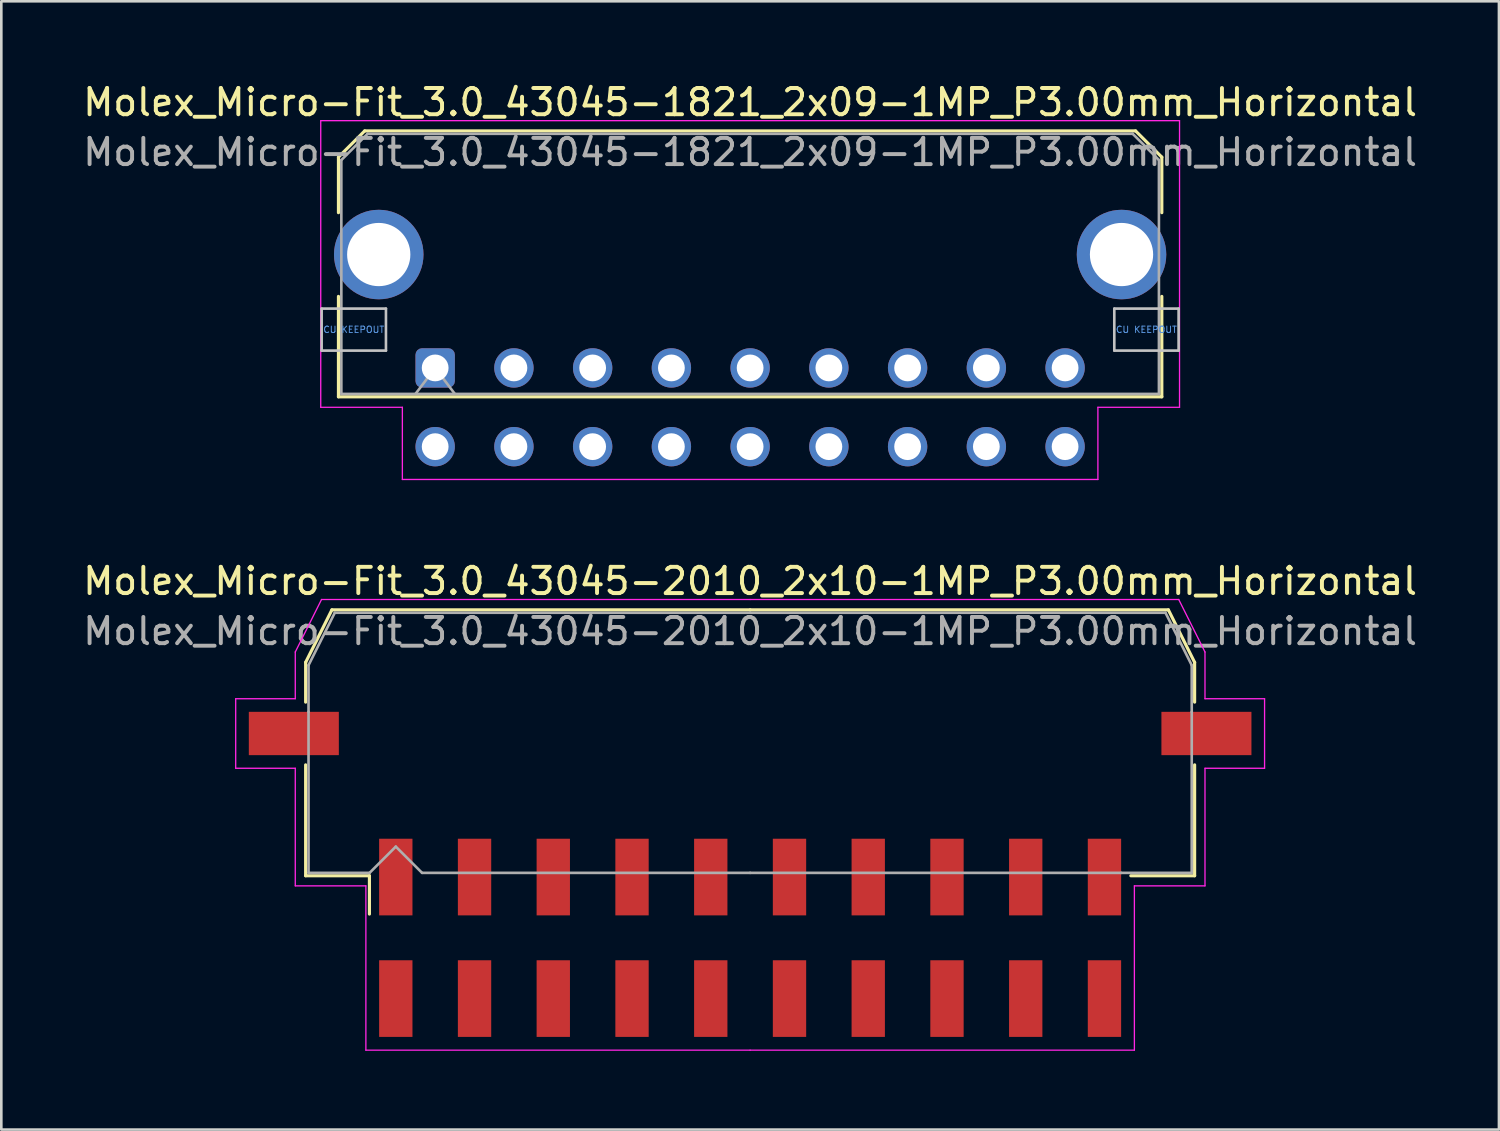
<source format=kicad_pcb>
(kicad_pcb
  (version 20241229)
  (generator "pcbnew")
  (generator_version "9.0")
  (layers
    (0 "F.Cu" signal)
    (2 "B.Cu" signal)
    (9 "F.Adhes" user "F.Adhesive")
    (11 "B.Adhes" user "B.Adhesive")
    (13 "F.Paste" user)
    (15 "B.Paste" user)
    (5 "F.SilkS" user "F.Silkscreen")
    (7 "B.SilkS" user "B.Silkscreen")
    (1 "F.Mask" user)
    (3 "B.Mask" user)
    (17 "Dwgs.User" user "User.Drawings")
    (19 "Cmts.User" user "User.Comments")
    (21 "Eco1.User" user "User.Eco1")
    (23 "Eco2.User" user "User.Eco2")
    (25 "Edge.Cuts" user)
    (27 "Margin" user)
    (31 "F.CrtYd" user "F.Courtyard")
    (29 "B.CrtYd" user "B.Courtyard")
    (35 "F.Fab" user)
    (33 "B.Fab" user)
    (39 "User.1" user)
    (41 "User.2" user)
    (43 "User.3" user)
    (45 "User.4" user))
  (footprint "Molex_Micro-Fit_3.0_43045-1821_2x09-1MP_P3.00mm_Horizontal"
    (layer "F.Cu")
    (at 13.53 10.968)
    (property "Reference" "Molex_Micro-Fit_3.0_43045-1821_2x09-1MP_P3.00mm_Horizontal" (at 12 -10.12 0) (layer "F.SilkS") (effects (font (size 1 1) (thickness 0.15))))
    (attr through_hole)
    (fp_line (start -3.685 -8.03) (end -2.685 -9.03) (stroke (width 0.12) (type solid)) (layer "F.SilkS"))
    (fp_line (start -3.685 -5.915) (end -3.685 -8.03) (stroke (width 0.12) (type solid)) (layer "F.SilkS"))
    (fp_line (start -3.685 -2.725) (end -3.685 1.1) (stroke (width 0.12) (type solid)) (layer "F.SilkS"))
    (fp_line (start -3.685 1.1) (end 27.685 1.1) (stroke (width 0.12) (type solid)) (layer "F.SilkS"))
    (fp_line (start -2.685 -9.03) (end 26.685 -9.03) (stroke (width 0.12) (type solid)) (layer "F.SilkS"))
    (fp_line (start 26.685 -9.03) (end 27.685 -8.03) (stroke (width 0.12) (type solid)) (layer "F.SilkS"))
    (fp_line (start 27.685 -8.03) (end 27.685 -5.915) (stroke (width 0.12) (type solid)) (layer "F.SilkS"))
    (fp_line (start 27.685 1.1) (end 27.685 -2.725) (stroke (width 0.12) (type solid)) (layer "F.SilkS"))
    (fp_line (start -4.325 -2.26) (end -4.325 -0.66) (stroke (width 0.1) (type solid)) (layer "Dwgs.User"))
    (fp_line (start -4.325 -0.66) (end -1.875 -0.66) (stroke (width 0.1) (type solid)) (layer "Dwgs.User"))
    (fp_line (start -1.875 -2.26) (end -4.325 -2.26) (stroke (width 0.1) (type solid)) (layer "Dwgs.User"))
    (fp_line (start -1.875 -0.66) (end -1.875 -2.26) (stroke (width 0.1) (type solid)) (layer "Dwgs.User"))
    (fp_line (start 25.875 -2.26) (end 25.875 -0.66) (stroke (width 0.1) (type solid)) (layer "Dwgs.User"))
    (fp_line (start 25.875 -0.66) (end 28.325 -0.66) (stroke (width 0.1) (type solid)) (layer "Dwgs.User"))
    (fp_line (start 28.325 -2.26) (end 25.875 -2.26) (stroke (width 0.1) (type solid)) (layer "Dwgs.User"))
    (fp_line (start 28.325 -0.66) (end 28.325 -2.26) (stroke (width 0.1) (type solid)) (layer "Dwgs.User"))
    (fp_line (start -4.36 -9.42) (end 28.36 -9.42) (stroke (width 0.05) (type solid)) (layer "F.CrtYd"))
    (fp_line (start -4.36 1.5) (end -4.36 -9.42) (stroke (width 0.05) (type solid)) (layer "F.CrtYd"))
    (fp_line (start -1.25 1.5) (end -4.36 1.5) (stroke (width 0.05) (type solid)) (layer "F.CrtYd"))
    (fp_line (start -1.25 4.25) (end -1.25 1.5) (stroke (width 0.05) (type solid)) (layer "F.CrtYd"))
    (fp_line (start 25.25 1.5) (end 25.25 4.25) (stroke (width 0.05) (type solid)) (layer "F.CrtYd"))
    (fp_line (start 25.25 4.25) (end -1.25 4.25) (stroke (width 0.05) (type solid)) (layer "F.CrtYd"))
    (fp_line (start 28.36 -9.42) (end 28.36 1.5) (stroke (width 0.05) (type solid)) (layer "F.CrtYd"))
    (fp_line (start 28.36 1.5) (end 25.25 1.5) (stroke (width 0.05) (type solid)) (layer "F.CrtYd"))
    (fp_line (start -3.575 -7.92) (end -2.575 -8.92) (stroke (width 0.1) (type solid)) (layer "F.Fab"))
    (fp_line (start -3.575 0.99) (end -3.575 -7.92) (stroke (width 0.1) (type solid)) (layer "F.Fab"))
    (fp_line (start -2.575 -8.92) (end 26.575 -8.92) (stroke (width 0.1) (type solid)) (layer "F.Fab"))
    (fp_line (start -0.75 0.99) (end 0 0) (stroke (width 0.1) (type solid)) (layer "F.Fab"))
    (fp_line (start 0 0) (end 0.75 0.99) (stroke (width 0.1) (type solid)) (layer "F.Fab"))
    (fp_line (start 26.575 -8.92) (end 27.575 -7.92) (stroke (width 0.1) (type solid)) (layer "F.Fab"))
    (fp_line (start 27.575 -7.92) (end 27.575 0.99) (stroke (width 0.1) (type solid)) (layer "F.Fab"))
    (fp_line (start 27.575 0.99) (end -3.575 0.99) (stroke (width 0.1) (type solid)) (layer "F.Fab"))
    (fp_text user "CU KEEPOUT" (at -3.1 -1.46 0) (layer "Cmts.User") (effects (font (size 0.245 0.245) (thickness 0.037))))
    (fp_text user "CU KEEPOUT" (at 27.1 -1.46 0) (layer "Cmts.User") (effects (font (size 0.245 0.245) (thickness 0.037))))
    (fp_text user "${REFERENCE}" (at 12 -8.22 0) (layer "F.Fab") (effects (font (size 1 1) (thickness 0.15))))
    (pad "1" thru_hole roundrect (at 0 0) (size 1.5 1.5) (drill 1.02) (layers "*.Cu" "*.Mask") (roundrect_rratio 0.167))
    (pad "2" thru_hole circle (at 3 0) (size 1.5 1.5) (drill 1.02) (layers "*.Cu" "*.Mask"))
    (pad "3" thru_hole circle (at 6 0) (size 1.5 1.5) (drill 1.02) (layers "*.Cu" "*.Mask"))
    (pad "4" thru_hole circle (at 9 0) (size 1.5 1.5) (drill 1.02) (layers "*.Cu" "*.Mask"))
    (pad "5" thru_hole circle (at 12 0) (size 1.5 1.5) (drill 1.02) (layers "*.Cu" "*.Mask"))
    (pad "6" thru_hole circle (at 15 0) (size 1.5 1.5) (drill 1.02) (layers "*.Cu" "*.Mask"))
    (pad "7" thru_hole circle (at 18 0) (size 1.5 1.5) (drill 1.02) (layers "*.Cu" "*.Mask"))
    (pad "8" thru_hole circle (at 21 0) (size 1.5 1.5) (drill 1.02) (layers "*.Cu" "*.Mask"))
    (pad "9" thru_hole circle (at 24 0) (size 1.5 1.5) (drill 1.02) (layers "*.Cu" "*.Mask"))
    (pad "10" thru_hole circle (at 0 3) (size 1.5 1.5) (drill 1.02) (layers "*.Cu" "*.Mask"))
    (pad "11" thru_hole circle (at 3 3) (size 1.5 1.5) (drill 1.02) (layers "*.Cu" "*.Mask"))
    (pad "12" thru_hole circle (at 6 3) (size 1.5 1.5) (drill 1.02) (layers "*.Cu" "*.Mask"))
    (pad "13" thru_hole circle (at 9 3) (size 1.5 1.5) (drill 1.02) (layers "*.Cu" "*.Mask"))
    (pad "14" thru_hole circle (at 12 3) (size 1.5 1.5) (drill 1.02) (layers "*.Cu" "*.Mask"))
    (pad "15" thru_hole circle (at 15 3) (size 1.5 1.5) (drill 1.02) (layers "*.Cu" "*.Mask"))
    (pad "16" thru_hole circle (at 18 3) (size 1.5 1.5) (drill 1.02) (layers "*.Cu" "*.Mask"))
    (pad "17" thru_hole circle (at 21 3) (size 1.5 1.5) (drill 1.02) (layers "*.Cu" "*.Mask"))
    (pad "18" thru_hole circle (at 24 3) (size 1.5 1.5) (drill 1.02) (layers "*.Cu" "*.Mask"))
    (pad "MP" thru_hole circle (at -2.15 -4.32) (size 3.41 3.41) (drill 2.41) (layers "*.Cu" "*.Mask"))
    (pad "MP" thru_hole circle (at 26.15 -4.32) (size 3.41 3.41) (drill 2.41) (layers "*.Cu" "*.Mask")))
  (footprint "Molex_Micro-Fit_3.0_43045-2010_2x10-1MP_P3.00mm_Horizontal"
    (layer "F.Cu")
    (at 25.53 32.681)
    (property "Reference" "Molex_Micro-Fit_3.0_43045-2010_2x10-1MP_P3.00mm_Horizontal" (at 0 -13.59 0) (layer "F.SilkS") (effects (font (size 1 1) (thickness 0.15))))
    (attr smd)
    (fp_line (start -16.935 -10.495) (end -16.935 -8.98) (stroke (width 0.12) (type solid)) (layer "F.SilkS"))
    (fp_line (start -16.935 -6.59) (end -16.935 -2.365) (stroke (width 0.12) (type solid)) (layer "F.SilkS"))
    (fp_line (start -16.935 -2.365) (end -14.505 -2.365) (stroke (width 0.12) (type solid)) (layer "F.SilkS"))
    (fp_line (start -15.935 -12.495) (end -16.935 -10.495) (stroke (width 0.12) (type solid)) (layer "F.SilkS"))
    (fp_line (start -14.505 -2.365) (end -14.505 -0.905) (stroke (width 0.12) (type solid)) (layer "F.SilkS"))
    (fp_line (start 0 -12.495) (end -15.935 -12.495) (stroke (width 0.12) (type solid)) (layer "F.SilkS"))
    (fp_line (start 0 -12.495) (end 15.935 -12.495) (stroke (width 0.12) (type solid)) (layer "F.SilkS"))
    (fp_line (start 15.935 -12.495) (end 16.935 -10.495) (stroke (width 0.12) (type solid)) (layer "F.SilkS"))
    (fp_line (start 16.935 -10.495) (end 16.935 -8.98) (stroke (width 0.12) (type solid)) (layer "F.SilkS"))
    (fp_line (start 16.935 -6.59) (end 16.935 -2.365) (stroke (width 0.12) (type solid)) (layer "F.SilkS"))
    (fp_line (start 16.935 -2.365) (end 14.505 -2.365) (stroke (width 0.12) (type solid)) (layer "F.SilkS"))
    (fp_line (start -19.6 -9.11) (end -19.6 -6.46) (stroke (width 0.05) (type solid)) (layer "F.CrtYd"))
    (fp_line (start -19.6 -6.46) (end -17.33 -6.46) (stroke (width 0.05) (type solid)) (layer "F.CrtYd"))
    (fp_line (start -17.33 -10.89) (end -17.33 -9.11) (stroke (width 0.05) (type solid)) (layer "F.CrtYd"))
    (fp_line (start -17.33 -9.11) (end -19.6 -9.11) (stroke (width 0.05) (type solid)) (layer "F.CrtYd"))
    (fp_line (start -17.33 -6.46) (end -17.33 -1.98) (stroke (width 0.05) (type solid)) (layer "F.CrtYd"))
    (fp_line (start -17.33 -1.98) (end -14.64 -1.98) (stroke (width 0.05) (type solid)) (layer "F.CrtYd"))
    (fp_line (start -16.33 -12.89) (end -17.33 -10.89) (stroke (width 0.05) (type solid)) (layer "F.CrtYd"))
    (fp_line (start -14.64 -1.98) (end -14.64 4.28) (stroke (width 0.05) (type solid)) (layer "F.CrtYd"))
    (fp_line (start -14.64 4.28) (end 0 4.28) (stroke (width 0.05) (type solid)) (layer "F.CrtYd"))
    (fp_line (start 0 -12.89) (end -16.33 -12.89) (stroke (width 0.05) (type solid)) (layer "F.CrtYd"))
    (fp_line (start 0 -12.89) (end 16.33 -12.89) (stroke (width 0.05) (type solid)) (layer "F.CrtYd"))
    (fp_line (start 14.64 -1.98) (end 14.64 4.28) (stroke (width 0.05) (type solid)) (layer "F.CrtYd"))
    (fp_line (start 14.64 4.28) (end 0 4.28) (stroke (width 0.05) (type solid)) (layer "F.CrtYd"))
    (fp_line (start 16.33 -12.89) (end 17.33 -10.89) (stroke (width 0.05) (type solid)) (layer "F.CrtYd"))
    (fp_line (start 17.33 -10.89) (end 17.33 -9.11) (stroke (width 0.05) (type solid)) (layer "F.CrtYd"))
    (fp_line (start 17.33 -9.11) (end 19.6 -9.11) (stroke (width 0.05) (type solid)) (layer "F.CrtYd"))
    (fp_line (start 17.33 -6.46) (end 17.33 -1.98) (stroke (width 0.05) (type solid)) (layer "F.CrtYd"))
    (fp_line (start 17.33 -1.98) (end 14.64 -1.98) (stroke (width 0.05) (type solid)) (layer "F.CrtYd"))
    (fp_line (start 19.6 -9.11) (end 19.6 -6.46) (stroke (width 0.05) (type solid)) (layer "F.CrtYd"))
    (fp_line (start 19.6 -6.46) (end 17.33 -6.46) (stroke (width 0.05) (type solid)) (layer "F.CrtYd"))
    (fp_line (start -16.825 -10.385) (end -16.825 -8.61) (stroke (width 0.1) (type solid)) (layer "F.Fab"))
    (fp_line (start -16.825 -8.61) (end -16.825 -2.475) (stroke (width 0.1) (type solid)) (layer "F.Fab"))
    (fp_line (start -16.825 -2.475) (end -14.5 -2.475) (stroke (width 0.1) (type solid)) (layer "F.Fab"))
    (fp_line (start -15.825 -12.385) (end -16.825 -10.385) (stroke (width 0.1) (type solid)) (layer "F.Fab"))
    (fp_line (start -14.5 -2.475) (end -13.5 -3.475) (stroke (width 0.1) (type solid)) (layer "F.Fab"))
    (fp_line (start -13.5 -3.475) (end -12.5 -2.475) (stroke (width 0.1) (type solid)) (layer "F.Fab"))
    (fp_line (start -12.5 -2.475) (end 0 -2.475) (stroke (width 0.1) (type solid)) (layer "F.Fab"))
    (fp_line (start 0 -12.385) (end -15.825 -12.385) (stroke (width 0.1) (type solid)) (layer "F.Fab"))
    (fp_line (start 0 -12.385) (end 15.825 -12.385) (stroke (width 0.1) (type solid)) (layer "F.Fab"))
    (fp_line (start 14.135 -2.475) (end 0 -2.475) (stroke (width 0.1) (type solid)) (layer "F.Fab"))
    (fp_line (start 15.825 -12.385) (end 16.825 -10.385) (stroke (width 0.1) (type solid)) (layer "F.Fab"))
    (fp_line (start 16.825 -10.385) (end 16.825 -8.61) (stroke (width 0.1) (type solid)) (layer "F.Fab"))
    (fp_line (start 16.825 -8.61) (end 16.825 -2.475) (stroke (width 0.1) (type solid)) (layer "F.Fab"))
    (fp_line (start 16.825 -2.475) (end 14.135 -2.475) (stroke (width 0.1) (type solid)) (layer "F.Fab"))
    (fp_text user "${REFERENCE}" (at 0 -11.68 0) (layer "F.Fab") (effects (font (size 1 1) (thickness 0.15))))
    (pad "1" smd rect (at -13.5 -2.315) (size 1.27 2.92) (layers "F.Cu" "F.Mask" "F.Paste"))
    (pad "2" smd rect (at -10.5 -2.315) (size 1.27 2.92) (layers "F.Cu" "F.Mask" "F.Paste"))
    (pad "3" smd rect (at -7.5 -2.315) (size 1.27 2.92) (layers "F.Cu" "F.Mask" "F.Paste"))
    (pad "4" smd rect (at -4.5 -2.315) (size 1.27 2.92) (layers "F.Cu" "F.Mask" "F.Paste"))
    (pad "5" smd rect (at -1.5 -2.315) (size 1.27 2.92) (layers "F.Cu" "F.Mask" "F.Paste"))
    (pad "6" smd rect (at 1.5 -2.315) (size 1.27 2.92) (layers "F.Cu" "F.Mask" "F.Paste"))
    (pad "7" smd rect (at 4.5 -2.315) (size 1.27 2.92) (layers "F.Cu" "F.Mask" "F.Paste"))
    (pad "8" smd rect (at 7.5 -2.315) (size 1.27 2.92) (layers "F.Cu" "F.Mask" "F.Paste"))
    (pad "9" smd rect (at 10.5 -2.315) (size 1.27 2.92) (layers "F.Cu" "F.Mask" "F.Paste"))
    (pad "10" smd rect (at 13.5 -2.315) (size 1.27 2.92) (layers "F.Cu" "F.Mask" "F.Paste"))
    (pad "11" smd rect (at -13.5 2.315) (size 1.27 2.92) (layers "F.Cu" "F.Mask" "F.Paste"))
    (pad "12" smd rect (at -10.5 2.315) (size 1.27 2.92) (layers "F.Cu" "F.Mask" "F.Paste"))
    (pad "13" smd rect (at -7.5 2.315) (size 1.27 2.92) (layers "F.Cu" "F.Mask" "F.Paste"))
    (pad "14" smd rect (at -4.5 2.315) (size 1.27 2.92) (layers "F.Cu" "F.Mask" "F.Paste"))
    (pad "15" smd rect (at -1.5 2.315) (size 1.27 2.92) (layers "F.Cu" "F.Mask" "F.Paste"))
    (pad "16" smd rect (at 1.5 2.315) (size 1.27 2.92) (layers "F.Cu" "F.Mask" "F.Paste"))
    (pad "17" smd rect (at 4.5 2.315) (size 1.27 2.92) (layers "F.Cu" "F.Mask" "F.Paste"))
    (pad "18" smd rect (at 7.5 2.315) (size 1.27 2.92) (layers "F.Cu" "F.Mask" "F.Paste"))
    (pad "19" smd rect (at 10.5 2.315) (size 1.27 2.92) (layers "F.Cu" "F.Mask" "F.Paste"))
    (pad "20" smd rect (at 13.5 2.315) (size 1.27 2.92) (layers "F.Cu" "F.Mask" "F.Paste"))
    (pad "MP" smd rect (at -17.385 -7.785) (size 3.43 1.65) (layers "F.Cu" "F.Mask" "F.Paste"))
    (pad "MP" smd rect (at 17.385 -7.785) (size 3.43 1.65) (layers "F.Cu" "F.Mask" "F.Paste")))
  (gr_rect
    (start -3 -3)
    (end 54.06 39.986)
    (stroke (width 0.1) (type default))
    (fill no)
    (layer "Edge.Cuts")))
</source>
